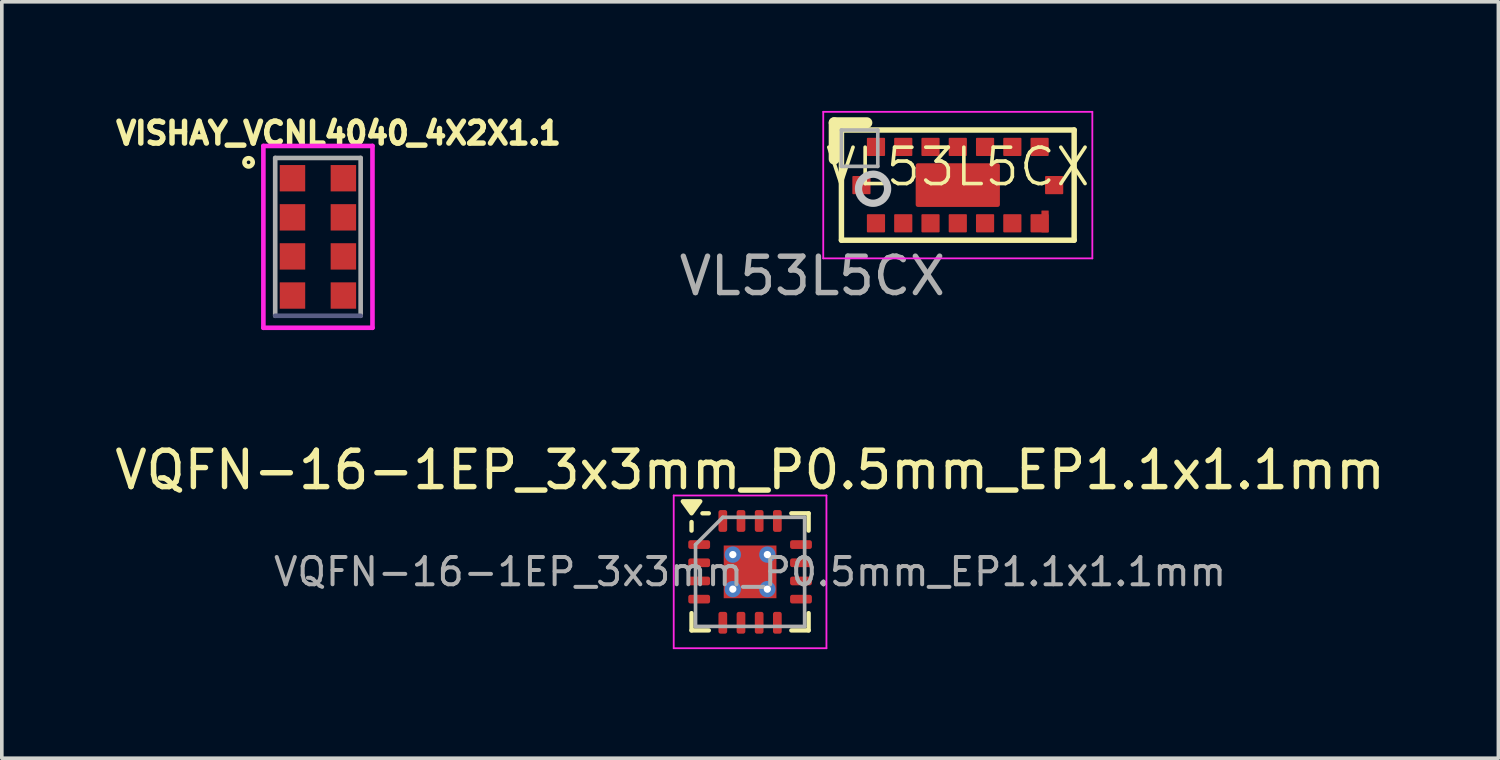
<source format=kicad_pcb>
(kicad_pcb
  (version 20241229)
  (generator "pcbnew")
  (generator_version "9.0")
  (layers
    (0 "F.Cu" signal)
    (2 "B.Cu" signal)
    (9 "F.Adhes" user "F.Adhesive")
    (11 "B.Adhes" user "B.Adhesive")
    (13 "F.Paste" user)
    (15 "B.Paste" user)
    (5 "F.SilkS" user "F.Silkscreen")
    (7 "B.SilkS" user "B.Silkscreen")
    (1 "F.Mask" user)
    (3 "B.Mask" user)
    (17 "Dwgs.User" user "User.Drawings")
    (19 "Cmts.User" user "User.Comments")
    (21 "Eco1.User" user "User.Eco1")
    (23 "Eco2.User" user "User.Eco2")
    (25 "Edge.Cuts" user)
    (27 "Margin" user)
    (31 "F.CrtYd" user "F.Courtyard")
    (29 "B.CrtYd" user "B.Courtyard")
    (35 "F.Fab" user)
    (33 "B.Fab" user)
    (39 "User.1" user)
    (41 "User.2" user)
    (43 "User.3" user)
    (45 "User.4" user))
  (footprint "VQFN-16-1EP_3x3mm_P0.5mm_EP1.1x1.1mm"
    (layer "F.Cu")
    (at 17.577 12.676)
    (property "Reference" "VQFN-16-1EP_3x3mm_P0.5mm_EP1.1x1.1mm" (at 0 -2.8 0) (layer "F.SilkS") (effects (font (size 1 1) (thickness 0.15))))
    (attr smd)
    (fp_line (start -1.61 -1.135) (end -1.61 -1.37) (stroke (width 0.12) (type solid)) (layer "F.SilkS"))
    (fp_line (start -1.61 1.61) (end -1.61 1.135) (stroke (width 0.12) (type solid)) (layer "F.SilkS"))
    (fp_line (start -1.135 -1.61) (end -1.31 -1.61) (stroke (width 0.12) (type solid)) (layer "F.SilkS"))
    (fp_line (start -1.135 1.61) (end -1.61 1.61) (stroke (width 0.12) (type solid)) (layer "F.SilkS"))
    (fp_line (start 1.135 -1.61) (end 1.61 -1.61) (stroke (width 0.12) (type solid)) (layer "F.SilkS"))
    (fp_line (start 1.135 1.61) (end 1.61 1.61) (stroke (width 0.12) (type solid)) (layer "F.SilkS"))
    (fp_line (start 1.61 -1.61) (end 1.61 -1.135) (stroke (width 0.12) (type solid)) (layer "F.SilkS"))
    (fp_line (start 1.61 1.61) (end 1.61 1.135) (stroke (width 0.12) (type solid)) (layer "F.SilkS"))
    (fp_poly (pts (xy -1.61 -1.61) (xy -1.85 -1.94) (xy -1.37 -1.94) (xy -1.61 -1.61)) (stroke (width 0.12) (type solid)) (fill yes) (layer "F.SilkS"))
    (fp_line (start -2.1 -2.1) (end -2.1 2.1) (stroke (width 0.05) (type solid)) (layer "F.CrtYd"))
    (fp_line (start -2.1 2.1) (end 2.1 2.1) (stroke (width 0.05) (type solid)) (layer "F.CrtYd"))
    (fp_line (start 2.1 -2.1) (end -2.1 -2.1) (stroke (width 0.05) (type solid)) (layer "F.CrtYd"))
    (fp_line (start 2.1 2.1) (end 2.1 -2.1) (stroke (width 0.05) (type solid)) (layer "F.CrtYd"))
    (fp_line (start -1.5 -0.75) (end -0.75 -1.5) (stroke (width 0.1) (type solid)) (layer "F.Fab"))
    (fp_line (start -1.5 1.5) (end -1.5 -0.75) (stroke (width 0.1) (type solid)) (layer "F.Fab"))
    (fp_line (start -0.75 -1.5) (end 1.5 -1.5) (stroke (width 0.1) (type solid)) (layer "F.Fab"))
    (fp_line (start 1.5 -1.5) (end 1.5 1.5) (stroke (width 0.1) (type solid)) (layer "F.Fab"))
    (fp_line (start 1.5 1.5) (end -1.5 1.5) (stroke (width 0.1) (type solid)) (layer "F.Fab"))
    (fp_text user "${REFERENCE}" (at 0 0 0) (layer "F.Fab") (effects (font (size 0.75 0.75) (thickness 0.11))))
    (pad "" smd roundrect (at 0 0) (size 1.2 1.2) (layers "F.Paste") (roundrect_rratio 0.25))
    (pad "1" smd roundrect (at -1.4 -0.75) (size 0.6 0.24) (layers "F.Cu" "F.Mask" "F.Paste") (roundrect_rratio 0.25))
    (pad "2" smd roundrect (at -1.4 -0.25) (size 0.6 0.24) (layers "F.Cu" "F.Mask" "F.Paste") (roundrect_rratio 0.25))
    (pad "3" smd roundrect (at -1.4 0.25) (size 0.6 0.24) (layers "F.Cu" "F.Mask" "F.Paste") (roundrect_rratio 0.25))
    (pad "4" smd roundrect (at -1.4 0.75) (size 0.6 0.24) (layers "F.Cu" "F.Mask" "F.Paste") (roundrect_rratio 0.25))
    (pad "5" smd roundrect (at -0.75 1.4) (size 0.24 0.6) (layers "F.Cu" "F.Mask" "F.Paste") (roundrect_rratio 0.25))
    (pad "6" smd roundrect (at -0.25 1.4) (size 0.24 0.6) (layers "F.Cu" "F.Mask" "F.Paste") (roundrect_rratio 0.25))
    (pad "7" smd roundrect (at 0.25 1.4) (size 0.24 0.6) (layers "F.Cu" "F.Mask" "F.Paste") (roundrect_rratio 0.25))
    (pad "8" smd roundrect (at 0.75 1.4) (size 0.24 0.6) (layers "F.Cu" "F.Mask" "F.Paste") (roundrect_rratio 0.25))
    (pad "9" smd roundrect (at 1.4 0.75) (size 0.6 0.24) (layers "F.Cu" "F.Mask" "F.Paste") (roundrect_rratio 0.25))
    (pad "10" smd roundrect (at 1.4 0.25) (size 0.6 0.24) (layers "F.Cu" "F.Mask" "F.Paste") (roundrect_rratio 0.25))
    (pad "11" smd roundrect (at 1.4 -0.25) (size 0.6 0.24) (layers "F.Cu" "F.Mask" "F.Paste") (roundrect_rratio 0.25))
    (pad "12" smd roundrect (at 1.4 -0.75) (size 0.6 0.24) (layers "F.Cu" "F.Mask" "F.Paste") (roundrect_rratio 0.25))
    (pad "13" smd roundrect (at 0.75 -1.4) (size 0.24 0.6) (layers "F.Cu" "F.Mask" "F.Paste") (roundrect_rratio 0.25))
    (pad "14" smd roundrect (at 0.25 -1.4) (size 0.24 0.6) (layers "F.Cu" "F.Mask" "F.Paste") (roundrect_rratio 0.25))
    (pad "15" smd roundrect (at -0.25 -1.4) (size 0.24 0.6) (layers "F.Cu" "F.Mask" "F.Paste") (roundrect_rratio 0.25))
    (pad "16" smd roundrect (at -0.75 -1.4) (size 0.24 0.6) (layers "F.Cu" "F.Mask" "F.Paste") (roundrect_rratio 0.25))
    (pad "17" thru_hole circle (at -0.475 -0.475) (size 0.45 0.45) (drill 0.2) (layers "*.Cu" "*.Mask"))
    (pad "17" thru_hole circle (at -0.475 0.475) (size 0.45 0.45) (drill 0.2) (layers "*.Cu" "*.Mask"))
    (pad "17" smd rect (at 0 0) (size 1.45 1.45) (property pad_prop_heatsink) (layers "F.Cu" "F.Mask"))
    (pad "17" thru_hole circle (at 0.475 -0.475) (size 0.45 0.45) (drill 0.2) (layers "*.Cu" "*.Mask"))
    (pad "17" thru_hole circle (at 0.475 0.475) (size 0.45 0.45) (drill 0.2) (layers "*.Cu" "*.Mask")))
  (footprint "VL53L5CX"
    (layer "F.Cu")
    (at 20.959 2.14)
    (property "Reference" "VL53L5CX" (at 2.33 -0.6 0) (unlocked yes) (layer "F.SilkS") (effects (font (size 1 1) (thickness 0.1))))
    (attr smd)
    (fp_line (start -1.07 -1.815) (end -0.17 -1.815) (stroke (width 0.3) (type solid)) (layer "F.SilkS"))
    (fp_line (start -1.07 -0.815) (end -1.07 -1.815) (stroke (width 0.3) (type default)) (layer "F.SilkS"))
    (fp_line (start -0.87 -1.615) (end 5.53 -1.615) (stroke (width 0.15) (type default)) (layer "F.SilkS"))
    (fp_line (start -0.87 1.415) (end -0.87 -1.615) (stroke (width 0.15) (type default)) (layer "F.SilkS"))
    (fp_line (start 5.53 -1.615) (end 5.53 1.415) (stroke (width 0.15) (type default)) (layer "F.SilkS"))
    (fp_line (start 5.53 1.415) (end -0.87 1.415) (stroke (width 0.15) (type default)) (layer "F.SilkS"))
    (fp_circle (center 0 0) (end 0.4 0) (stroke (width 0.2) (type default)) (fill no) (layer "Dwgs.User"))
    (fp_line (start -1.37 -2.115) (end 6.03 -2.115) (stroke (width 0.05) (type default)) (layer "F.CrtYd"))
    (fp_line (start -1.37 1.915) (end -1.37 -2.115) (stroke (width 0.05) (type default)) (layer "F.CrtYd"))
    (fp_line (start 6.03 -2.115) (end 6.03 1.915) (stroke (width 0.05) (type default)) (layer "F.CrtYd"))
    (fp_line (start 6.03 1.915) (end -1.37 1.915) (stroke (width 0.05) (type default)) (layer "F.CrtYd"))
    (fp_line (start -0.87 -1.615) (end -0.87 -0.615) (stroke (width 0.1) (type default)) (layer "F.Fab"))
    (fp_line (start -0.87 -1.615) (end 0.13 -1.615) (stroke (width 0.1) (type default)) (layer "F.Fab"))
    (fp_line (start -0.87 -0.615) (end 0.13 -0.615) (stroke (width 0.1) (type default)) (layer "F.Fab"))
    (fp_line (start 0.13 -0.615) (end 0.13 -1.615) (stroke (width 0.1) (type default)) (layer "F.Fab"))
    (fp_text user "${REFERENCE}" (at -1.67 2.4 0) (unlocked yes) (layer "F.Fab") (effects (font (size 1 1) (thickness 0.15))))
    (pad "A1" smd roundrect (at 4.58 0.95) (size 0.5 0.5) (layers "F.Cu" "F.Mask" "F.Paste") (roundrect_rratio 0.05))
    (pad "A1" smd roundrect (at 4.73 0.9) (size 0.2 0.6) (layers "F.Cu" "F.Mask" "F.Paste") (roundrect_rratio 0.05))
    (pad "A2" smd roundrect (at 3.83 0.95) (size 0.5 0.5) (layers "F.Cu" "F.Mask" "F.Paste") (roundrect_rratio 0.05))
    (pad "A3" smd roundrect (at 3.08 0.95) (size 0.5 0.5) (layers "F.Cu" "F.Mask" "F.Paste") (roundrect_rratio 0.05))
    (pad "A4" smd roundrect (at 2.33 0.95) (size 0.5 0.5) (layers "F.Cu" "F.Mask" "F.Paste") (roundrect_rratio 0.05))
    (pad "A5" smd roundrect (at 1.58 0.95) (size 0.5 0.5) (layers "F.Cu" "F.Mask" "F.Paste") (roundrect_rratio 0.05))
    (pad "A6" smd roundrect (at 0.83 0.95) (size 0.5 0.5) (layers "F.Cu" "F.Mask" "F.Paste") (roundrect_rratio 0.05))
    (pad "A7" smd roundrect (at 0.08 0.95) (size 0.5 0.5) (layers "F.Cu" "F.Mask" "F.Paste") (roundrect_rratio 0.05))
    (pad "B1" smd roundrect (at 4.98 -0.1) (size 0.5 0.5) (layers "F.Cu" "F.Mask" "F.Paste") (roundrect_rratio 0.05))
    (pad "B4" smd roundrect (at 2.33 -0.1) (size 2.316 1.2) (property pad_prop_heatsink) (layers "F.Cu" "F.Mask" "F.Paste") (roundrect_rratio 0.05))
    (pad "B7" smd roundrect (at -0.32 -0.1) (size 0.5 0.5) (layers "F.Cu" "F.Mask" "F.Paste") (roundrect_rratio 0.05))
    (pad "C1" smd roundrect (at 4.58 -1.15 180) (size 0.5 0.5) (layers "F.Cu" "F.Mask" "F.Paste") (roundrect_rratio 0.05))
    (pad "C2" smd roundrect (at 3.83 -1.15 180) (size 0.5 0.5) (layers "F.Cu" "F.Mask" "F.Paste") (roundrect_rratio 0.05))
    (pad "C3" smd roundrect (at 3.08 -1.15 180) (size 0.5 0.5) (layers "F.Cu" "F.Mask" "F.Paste") (roundrect_rratio 0.05))
    (pad "C4" smd roundrect (at 2.33 -1.15 180) (size 0.5 0.5) (layers "F.Cu" "F.Mask" "F.Paste") (roundrect_rratio 0.05))
    (pad "C5" smd roundrect (at 1.58 -1.15 180) (size 0.5 0.5) (layers "F.Cu" "F.Mask" "F.Paste") (roundrect_rratio 0.05))
    (pad "C6" smd roundrect (at 0.83 -1.15 180) (size 0.5 0.5) (layers "F.Cu" "F.Mask" "F.Paste") (roundrect_rratio 0.05))
    (pad "C7" smd roundrect (at 0.08 -1.15 180) (size 0.5 0.5) (layers "F.Cu" "F.Mask" "F.Paste") (roundrect_rratio 0.05)))
  (footprint "VISHAY_VCNL4040_4X2X1.1"
    (layer "F.Cu")
    (at 5.693 3.464)
    (property "Reference" "VISHAY_VCNL4040_4X2X1.1" (at 0.567 -2.85 0) (layer "F.SilkS") (effects (font (size 0.601 0.601) (thickness 0.15))))
    (attr smd)
    (fp_circle (center -1.907 -2.05) (end -1.857 -2.05) (stroke (width 0.127) (type solid)) (fill no) (layer "F.SilkS"))
    (fp_line (start -1.5 -2.5) (end 1.5 -2.5) (stroke (width 0.127) (type solid)) (layer "F.CrtYd"))
    (fp_line (start -1.5 2.5) (end -1.5 -2.5) (stroke (width 0.127) (type solid)) (layer "F.CrtYd"))
    (fp_line (start 1.5 -2.5) (end 1.5 2.5) (stroke (width 0.127) (type solid)) (layer "F.CrtYd"))
    (fp_line (start 1.5 2.5) (end -1.5 2.5) (stroke (width 0.127) (type solid)) (layer "F.CrtYd"))
    (fp_line (start 1.175 2.17) (end -1.175 2.17) (stroke (width 0.127) (type solid)) (layer "B.Fab"))
    (fp_line (start -1.175 -2.17) (end 1.175 -2.17) (stroke (width 0.127) (type solid)) (layer "F.Fab"))
    (fp_line (start -1.175 2.17) (end -1.175 -2.17) (stroke (width 0.127) (type solid)) (layer "F.Fab"))
    (fp_line (start 1.175 -2.17) (end 1.175 2.17) (stroke (width 0.127) (type solid)) (layer "F.Fab"))
    (pad "1" smd rect (at -0.7 -1.613) (size 0.7 0.725) (layers "F.Cu" "F.Mask" "F.Paste"))
    (pad "2" smd rect (at -0.7 -0.537) (size 0.7 0.725) (layers "F.Cu" "F.Mask" "F.Paste"))
    (pad "3" smd rect (at -0.7 0.537) (size 0.7 0.725) (layers "F.Cu" "F.Mask" "F.Paste"))
    (pad "4" smd rect (at -0.7 1.613) (size 0.7 0.725) (layers "F.Cu" "F.Mask" "F.Paste"))
    (pad "5" smd rect (at 0.7 1.613) (size 0.7 0.725) (layers "F.Cu" "F.Mask" "F.Paste"))
    (pad "6" smd rect (at 0.7 0.537) (size 0.7 0.725) (layers "F.Cu" "F.Mask" "F.Paste"))
    (pad "7" smd rect (at 0.7 -0.537) (size 0.7 0.725) (layers "F.Cu" "F.Mask" "F.Paste"))
    (pad "8" smd rect (at 0.7 -1.613) (size 0.7 0.725) (layers "F.Cu" "F.Mask" "F.Paste")))
  (gr_rect
    (start -3 -3)
    (end 38.155 17.801)
    (stroke (width 0.1) (type default))
    (fill no)
    (layer "Edge.Cuts")))
</source>
